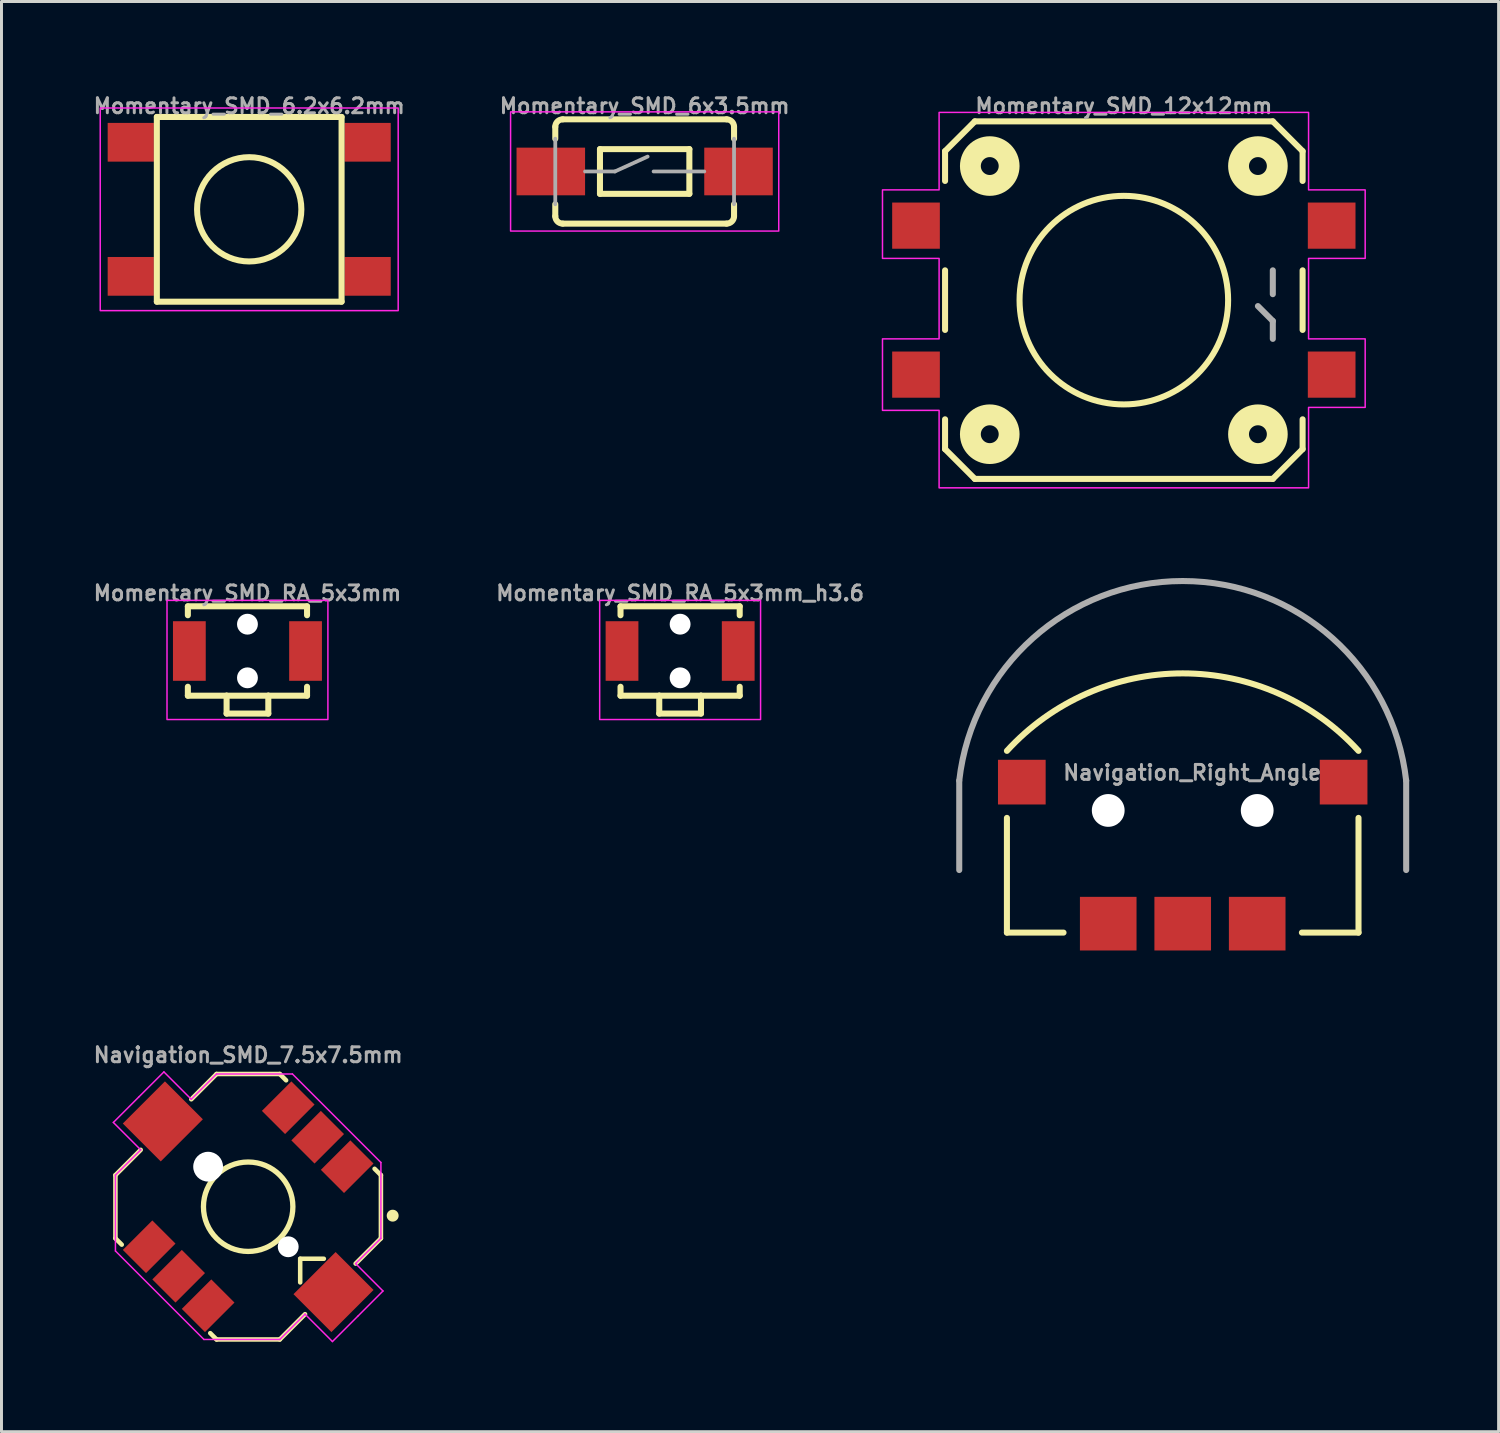
<source format=kicad_pcb>
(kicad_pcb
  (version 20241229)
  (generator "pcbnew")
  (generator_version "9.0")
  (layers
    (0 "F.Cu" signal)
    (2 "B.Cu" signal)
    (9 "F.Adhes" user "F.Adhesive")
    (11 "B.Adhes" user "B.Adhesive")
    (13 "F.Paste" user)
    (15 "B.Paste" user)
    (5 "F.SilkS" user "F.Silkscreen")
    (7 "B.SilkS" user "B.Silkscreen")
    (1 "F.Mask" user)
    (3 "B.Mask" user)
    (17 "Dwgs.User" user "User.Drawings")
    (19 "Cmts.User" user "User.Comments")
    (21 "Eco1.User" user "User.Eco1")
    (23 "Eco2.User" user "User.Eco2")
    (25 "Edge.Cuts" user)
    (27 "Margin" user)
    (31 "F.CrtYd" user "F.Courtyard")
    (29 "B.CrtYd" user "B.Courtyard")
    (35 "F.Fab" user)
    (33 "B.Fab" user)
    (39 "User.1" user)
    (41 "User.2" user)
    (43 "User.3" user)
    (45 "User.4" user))
  (footprint "Momentary_SMD_RA_5x3mm"
    (layer "F.Cu")
    (at 5.255 18.799)
    (property "Reference" "Momentary_SMD_RA_5x3mm" (at 0 -1.651 0) (layer "F.Fab") (effects (font (size 0.5 0.5) (thickness 0.1) (bold yes)) (justify bottom)))
    (fp_line (start -2 -1.5) (end 2 -1.5) (stroke (width 0.203) (type solid)) (layer "F.SilkS"))
    (fp_line (start -2 -1.2) (end -2 -1.5) (stroke (width 0.203) (type solid)) (layer "F.SilkS"))
    (fp_line (start -2 1.2) (end -2 1.5) (stroke (width 0.203) (type solid)) (layer "F.SilkS"))
    (fp_line (start -2 1.5) (end -0.7 1.5) (stroke (width 0.203) (type solid)) (layer "F.SilkS"))
    (fp_line (start -0.7 1.5) (end 0.7 1.5) (stroke (width 0.203) (type solid)) (layer "F.SilkS"))
    (fp_line (start -0.7 2.1) (end -0.7 1.5) (stroke (width 0.203) (type solid)) (layer "F.SilkS"))
    (fp_line (start -0.7 2.1) (end 0.7 2.1) (stroke (width 0.203) (type solid)) (layer "F.SilkS"))
    (fp_line (start 0.7 1.5) (end 2 1.5) (stroke (width 0.203) (type solid)) (layer "F.SilkS"))
    (fp_line (start 0.7 2.1) (end 0.7 1.5) (stroke (width 0.203) (type solid)) (layer "F.SilkS"))
    (fp_line (start 2 -1.5) (end 2 -1.2) (stroke (width 0.203) (type solid)) (layer "F.SilkS"))
    (fp_line (start 2 1.5) (end 2 1.2) (stroke (width 0.203) (type solid)) (layer "F.SilkS"))
    (fp_rect (start 2.7 -1.7) (end -2.7 2.3) (stroke (width 0.05) (type default)) (fill no) (layer "F.CrtYd"))
    (pad "" np_thru_hole circle (at 0 -0.9) (size 0.7 0.7) (drill 0.7) (layers "*.Cu" "*.Mask"))
    (pad "" np_thru_hole circle (at 0 0.9) (size 0.7 0.7) (drill 0.7) (layers "*.Cu" "*.Mask"))
    (pad "1" smd rect (at -1.95 0 90) (size 2 1.1) (layers "F.Cu" "F.Mask" "F.Paste"))
    (pad "2" smd rect (at 1.95 0 90) (size 2 1.1) (layers "F.Cu" "F.Mask" "F.Paste")))
  (footprint "Momentary_SMD_12x12mm"
    (layer "F.Cu")
    (at 34.668 7.023)
    (property "Reference" "Momentary_SMD_12x12mm" (at 0 -6.223 0) (layer "F.Fab") (effects (font (size 0.5 0.5) (thickness 0.1)) (justify bottom)))
    (fp_line (start -6 -4) (end -6 -5) (stroke (width 0.203) (type solid)) (layer "F.SilkS"))
    (fp_line (start -6 1) (end -6 -1) (stroke (width 0.203) (type solid)) (layer "F.SilkS"))
    (fp_line (start -6 5) (end -6 4) (stroke (width 0.203) (type solid)) (layer "F.SilkS"))
    (fp_line (start -6 5) (end -5 6) (stroke (width 0.203) (type solid)) (layer "F.SilkS"))
    (fp_line (start -5 -6) (end -6 -5) (stroke (width 0.203) (type solid)) (layer "F.SilkS"))
    (fp_line (start -5 -6) (end 5 -6) (stroke (width 0.203) (type solid)) (layer "F.SilkS"))
    (fp_line (start 5 6) (end -5 6) (stroke (width 0.203) (type solid)) (layer "F.SilkS"))
    (fp_line (start 6 -5) (end 5 -6) (stroke (width 0.203) (type solid)) (layer "F.SilkS"))
    (fp_line (start 6 -5) (end 6 -4) (stroke (width 0.203) (type solid)) (layer "F.SilkS"))
    (fp_line (start 6 -1) (end 6 1) (stroke (width 0.203) (type solid)) (layer "F.SilkS"))
    (fp_line (start 6 4) (end 6 5) (stroke (width 0.203) (type solid)) (layer "F.SilkS"))
    (fp_line (start 6 5) (end 5 6) (stroke (width 0.203) (type solid)) (layer "F.SilkS"))
    (fp_circle (center -4.5 -4.5) (end -4.2 -4.5) (stroke (width 0.7) (type solid)) (fill no) (layer "F.SilkS"))
    (fp_circle (center -4.5 4.5) (end -4.2 4.5) (stroke (width 0.7) (type solid)) (fill no) (layer "F.SilkS"))
    (fp_circle (center 0 0) (end 3.5 0) (stroke (width 0.203) (type solid)) (fill no) (layer "F.SilkS"))
    (fp_circle (center 4.5 -4.5) (end 4.8 -4.5) (stroke (width 0.7) (type solid)) (fill no) (layer "F.SilkS"))
    (fp_circle (center 4.5 4.5) (end 4.8 4.5) (stroke (width 0.7) (type solid)) (fill no) (layer "F.SilkS"))
    (fp_poly (pts (xy 6.2 -3.7) (xy 8.1 -3.7) (xy 8.1 -1.4) (xy 6.2 -1.4) (xy 6.2 1.3) (xy 8.1 1.3) (xy 8.1 3.6) (xy 6.2 3.6) (xy 6.2 6.3) (xy -6.2 6.3) (xy -6.2 3.7) (xy -8.1 3.7) (xy -8.1 1.3) (xy -6.2 1.3) (xy -6.2 -1.4) (xy -8.1 -1.4) (xy -8.1 -3.7) (xy -6.2 -3.7) (xy -6.2 -6.3) (xy 6.2 -6.3)) (stroke (width 0.05) (type solid)) (fill no) (layer "F.CrtYd"))
    (fp_line (start 5 -0.2) (end 5 -1) (stroke (width 0.203) (type solid)) (layer "F.Fab"))
    (fp_line (start 5 0.7) (end 4.5 0.2) (stroke (width 0.203) (type solid)) (layer "F.Fab"))
    (fp_line (start 5 1.3) (end 5 0.7) (stroke (width 0.203) (type solid)) (layer "F.Fab"))
    (pad "1" smd rect (at 6.975 2.5) (size 1.6 1.55) (layers "F.Cu" "F.Mask" "F.Paste"))
    (pad "2" smd rect (at -6.975 2.5) (size 1.6 1.55) (layers "F.Cu" "F.Mask" "F.Paste"))
    (pad "3" smd rect (at 6.975 -2.5) (size 1.6 1.55) (layers "F.Cu" "F.Mask" "F.Paste"))
    (pad "4" smd rect (at -6.975 -2.5) (size 1.6 1.55) (layers "F.Cu" "F.Mask" "F.Paste")))
  (footprint "Momentary_SMD_RA_5x3mm_h3.6"
    (layer "F.Cu")
    (at 19.776 18.799)
    (property "Reference" "Momentary_SMD_RA_5x3mm_h3.6" (at 0 -1.651 0) (layer "F.Fab") (effects (font (size 0.5 0.5) (thickness 0.1) (bold yes)) (justify bottom)))
    (fp_line (start -2 -1.5) (end 2 -1.5) (stroke (width 0.203) (type solid)) (layer "F.SilkS"))
    (fp_line (start -2 -1.2) (end -2 -1.5) (stroke (width 0.203) (type solid)) (layer "F.SilkS"))
    (fp_line (start -2 1.2) (end -2 1.5) (stroke (width 0.203) (type solid)) (layer "F.SilkS"))
    (fp_line (start -2 1.5) (end -0.7 1.5) (stroke (width 0.203) (type solid)) (layer "F.SilkS"))
    (fp_line (start -0.7 1.5) (end 0.7 1.5) (stroke (width 0.203) (type solid)) (layer "F.SilkS"))
    (fp_line (start -0.7 2.1) (end -0.7 1.5) (stroke (width 0.203) (type solid)) (layer "F.SilkS"))
    (fp_line (start -0.7 2.1) (end 0.7 2.1) (stroke (width 0.203) (type solid)) (layer "F.SilkS"))
    (fp_line (start 0.7 1.5) (end 2 1.5) (stroke (width 0.203) (type solid)) (layer "F.SilkS"))
    (fp_line (start 0.7 2.1) (end 0.7 1.5) (stroke (width 0.203) (type solid)) (layer "F.SilkS"))
    (fp_line (start 2 -1.5) (end 2 -1.2) (stroke (width 0.203) (type solid)) (layer "F.SilkS"))
    (fp_line (start 2 1.5) (end 2 1.2) (stroke (width 0.203) (type solid)) (layer "F.SilkS"))
    (fp_rect (start 2.7 -1.7) (end -2.7 2.3) (stroke (width 0.05) (type default)) (fill no) (layer "F.CrtYd"))
    (pad "" np_thru_hole circle (at 0 -0.9) (size 0.7 0.7) (drill 0.7) (layers "*.Cu" "*.Mask"))
    (pad "" np_thru_hole circle (at 0 0.9) (size 0.7 0.7) (drill 0.7) (layers "*.Cu" "*.Mask"))
    (pad "1" smd rect (at -1.95 0 90) (size 2 1.1) (layers "F.Cu" "F.Mask" "F.Paste"))
    (pad "2" smd rect (at 1.95 0 90) (size 2 1.1) (layers "F.Cu" "F.Mask" "F.Paste")))
  (footprint "Navigation_Right_Angle"
    (layer "F.Cu")
    (at 36.644 24.15)
    (property "Reference" "Navigation_Right_Angle" (at 0.318 -1.27 0) (unlocked yes) (layer "F.Fab") (effects (font (size 0.5 0.5) (thickness 0.1))))
    (fp_line (start -5.9 4.1) (end -5.9 0.25) (stroke (width 0.203) (type solid)) (layer "F.SilkS"))
    (fp_line (start -5.9 4.1) (end -4 4.1) (stroke (width 0.203) (type solid)) (layer "F.SilkS"))
    (fp_line (start 5.9 4.1) (end 4 4.1) (stroke (width 0.203) (type solid)) (layer "F.SilkS"))
    (fp_line (start 5.9 4.1) (end 5.9 0.25) (stroke (width 0.203) (type solid)) (layer "F.SilkS"))
    (fp_arc (start -5.9 -2) (mid 0 -4.60001) (end 5.9 -2) (stroke (width 0.2032) (type solid)) (layer "F.SilkS"))
    (fp_line (start -7.5 2) (end -7.5 -1) (stroke (width 0.203) (type solid)) (layer "F.Fab"))
    (fp_line (start 7.5 2) (end 7.5 -1) (stroke (width 0.203) (type solid)) (layer "F.Fab"))
    (fp_arc (start -7.5 -1) (mid 0.000001 -7.699965) (end 7.5 -0.999998) (stroke (width 0.2032) (type solid)) (layer "F.Fab"))
    (pad "" np_thru_hole circle (at -2.5 0) (size 1.1 1.1) (drill 1.1) (layers "*.Cu" "*.Mask"))
    (pad "" np_thru_hole circle (at 2.5 0) (size 1.1 1.1) (drill 1.1) (layers "*.Cu" "*.Mask"))
    (pad "1" smd rect (at -2.5 3.8) (size 1.9 1.8) (layers "F.Cu" "F.Mask" "F.Paste"))
    (pad "2" smd rect (at 2.5 3.8) (size 1.9 1.8) (layers "F.Cu" "F.Mask" "F.Paste"))
    (pad "GND" smd rect (at 5.4 -0.95) (size 1.6 1.5) (layers "F.Cu" "F.Mask" "F.Paste"))
    (pad "MP1" smd rect (at -5.4 -0.95) (size 1.6 1.5) (layers "F.Cu" "F.Mask" "F.Paste"))
    (pad "T" smd rect (at 0 3.8) (size 1.9 1.8) (layers "F.Cu" "F.Mask" "F.Paste")))
  (footprint "Momentary_SMD_6x3.5mm"
    (layer "F.Cu")
    (at 18.586 2.705)
    (property "Reference" "Momentary_SMD_6x3.5mm" (at 0 -1.905 0) (layer "F.Fab") (effects (font (size 0.5 0.5) (thickness 0.1)) (justify bottom)))
    (fp_line (start -3 -1.1) (end -3 -1.5) (stroke (width 0.203) (type solid)) (layer "F.SilkS"))
    (fp_line (start -3 1.5) (end -3 1.1) (stroke (width 0.203) (type solid)) (layer "F.SilkS"))
    (fp_line (start -2.75 -1.75) (end 2.75 -1.75) (stroke (width 0.203) (type solid)) (layer "F.SilkS"))
    (fp_line (start -1.5 -0.75) (end 1.5 -0.75) (stroke (width 0.203) (type solid)) (layer "F.SilkS"))
    (fp_line (start -1.5 0.75) (end -1.5 -0.75) (stroke (width 0.203) (type solid)) (layer "F.SilkS"))
    (fp_line (start 1.5 0.75) (end -1.5 0.75) (stroke (width 0.203) (type solid)) (layer "F.SilkS"))
    (fp_line (start 1.5 0.75) (end 1.5 -0.75) (stroke (width 0.203) (type solid)) (layer "F.SilkS"))
    (fp_line (start 2.75 1.75) (end -2.75 1.75) (stroke (width 0.203) (type solid)) (layer "F.SilkS"))
    (fp_line (start 3 -1.1) (end 3 -1.5) (stroke (width 0.203) (type solid)) (layer "F.SilkS"))
    (fp_line (start 3 1.5) (end 3 1.1) (stroke (width 0.203) (type solid)) (layer "F.SilkS"))
    (fp_arc (start -3 -1.5) (mid -2.926777 -1.676777) (end -2.75 -1.75) (stroke (width 0.2032) (type solid)) (layer "F.SilkS"))
    (fp_arc (start -2.75 1.75) (mid -2.926777 1.676777) (end -3 1.5) (stroke (width 0.2032) (type solid)) (layer "F.SilkS"))
    (fp_arc (start 2.75 -1.75) (mid 2.926777 -1.676777) (end 3 -1.5) (stroke (width 0.2032) (type solid)) (layer "F.SilkS"))
    (fp_arc (start 3 1.5) (mid 2.926777 1.676777) (end 2.75 1.75) (stroke (width 0.2032) (type solid)) (layer "F.SilkS"))
    (fp_rect (start 4.5 -2) (end -4.5 2) (stroke (width 0.05) (type default)) (fill no) (layer "F.CrtYd"))
    (fp_line (start -3 -1.1) (end -3 1.1) (stroke (width 0.127) (type solid)) (layer "F.Fab"))
    (fp_line (start -2 0) (end -1 0) (stroke (width 0.127) (type solid)) (layer "F.Fab"))
    (fp_line (start -1 0) (end 0.1 -0.5) (stroke (width 0.127) (type solid)) (layer "F.Fab"))
    (fp_line (start 0.3 0) (end 2 0) (stroke (width 0.127) (type solid)) (layer "F.Fab"))
    (fp_line (start 3 -1.1) (end 3 1.1) (stroke (width 0.127) (type solid)) (layer "F.Fab"))
    (pad "1" smd rect (at -3.15 0 180) (size 2.3 1.6) (layers "F.Cu" "F.Mask" "F.Paste"))
    (pad "2" smd rect (at 3.15 0 180) (size 2.3 1.6) (layers "F.Cu" "F.Mask" "F.Paste")))
  (footprint "Navigation_SMD_7.5x7.5mm"
    (layer "F.Cu")
    (at 5.279 37.45)
    (property "Reference" "Navigation_SMD_7.5x7.5mm" (at 0 -4.8 180) (layer "F.Fab") (effects (font (size 0.5 0.5) (thickness 0.1)) (justify bottom)))
    (attr smd)
    (fp_line (start -4.455 -1.061) (end -4.455 1.061) (stroke (width 0.152) (type default)) (layer "F.SilkS"))
    (fp_line (start -4.455 1.061) (end -4.243 1.273) (stroke (width 0.152) (type default)) (layer "F.SilkS"))
    (fp_line (start -3.606 -1.909) (end -4.455 -1.061) (stroke (width 0.152) (type default)) (layer "F.SilkS"))
    (fp_line (start -1.909 -3.606) (end -1.061 -4.455) (stroke (width 0.152) (type default)) (layer "F.SilkS"))
    (fp_line (start -1.061 -4.455) (end 1.061 -4.455) (stroke (width 0.152) (type default)) (layer "F.SilkS"))
    (fp_line (start -1.061 4.455) (end -1.273 4.243) (stroke (width 0.152) (type default)) (layer "F.SilkS"))
    (fp_line (start 1.061 -4.455) (end 1.273 -4.243) (stroke (width 0.152) (type default)) (layer "F.SilkS"))
    (fp_line (start 1.061 4.455) (end -1.061 4.455) (stroke (width 0.152) (type default)) (layer "F.SilkS"))
    (fp_line (start 1.746 1.746) (end 2.54 1.746) (stroke (width 0.152) (type default)) (layer "F.SilkS"))
    (fp_line (start 1.746 2.54) (end 1.746 1.746) (stroke (width 0.152) (type default)) (layer "F.SilkS"))
    (fp_line (start 1.909 3.606) (end 1.061 4.455) (stroke (width 0.152) (type default)) (layer "F.SilkS"))
    (fp_line (start 3.606 1.909) (end 4.455 1.061) (stroke (width 0.152) (type default)) (layer "F.SilkS"))
    (fp_line (start 4.455 -1.061) (end 4.243 -1.273) (stroke (width 0.152) (type default)) (layer "F.SilkS"))
    (fp_line (start 4.455 1.061) (end 4.455 -1.061) (stroke (width 0.152) (type default)) (layer "F.SilkS"))
    (fp_circle (center 0 0) (end 1.061 -1.061) (stroke (width 0.178) (type default)) (fill no) (layer "F.SilkS"))
    (fp_circle (center 4.85 0.3) (end 4.85 0.4) (stroke (width 0.2) (type solid)) (fill yes) (layer "F.SilkS"))
    (fp_line (start -4.525 -2.828) (end -3.677 -3.677) (stroke (width 0.05) (type default)) (layer "F.CrtYd"))
    (fp_line (start -4.455 -1.061) (end -3.606 -1.909) (stroke (width 0.05) (type default)) (layer "F.CrtYd"))
    (fp_line (start -4.455 1.485) (end -4.455 -1.061) (stroke (width 0.05) (type default)) (layer "F.CrtYd"))
    (fp_line (start -3.606 -1.909) (end -4.525 -2.828) (stroke (width 0.05) (type default)) (layer "F.CrtYd"))
    (fp_line (start -2.828 -4.525) (end -3.677 -3.677) (stroke (width 0.05) (type default)) (layer "F.CrtYd"))
    (fp_line (start -1.909 -3.606) (end -2.828 -4.525) (stroke (width 0.05) (type default)) (layer "F.CrtYd"))
    (fp_line (start -1.909 -3.606) (end -1.061 -4.455) (stroke (width 0.05) (type default)) (layer "F.CrtYd"))
    (fp_line (start -1.485 4.455) (end -4.455 1.485) (stroke (width 0.05) (type default)) (layer "F.CrtYd"))
    (fp_line (start -1.061 -4.455) (end 1.485 -4.455) (stroke (width 0.05) (type default)) (layer "F.CrtYd"))
    (fp_line (start 1.061 4.455) (end -1.485 4.455) (stroke (width 0.05) (type default)) (layer "F.CrtYd"))
    (fp_line (start 1.485 -4.455) (end 4.455 -1.485) (stroke (width 0.05) (type default)) (layer "F.CrtYd"))
    (fp_line (start 1.909 3.606) (end 1.061 4.455) (stroke (width 0.05) (type default)) (layer "F.CrtYd"))
    (fp_line (start 1.909 3.606) (end 2.828 4.525) (stroke (width 0.05) (type default)) (layer "F.CrtYd"))
    (fp_line (start 2.828 4.525) (end 3.677 3.677) (stroke (width 0.05) (type default)) (layer "F.CrtYd"))
    (fp_line (start 3.606 1.909) (end 4.525 2.828) (stroke (width 0.05) (type default)) (layer "F.CrtYd"))
    (fp_line (start 4.455 -1.485) (end 4.455 1.061) (stroke (width 0.05) (type default)) (layer "F.CrtYd"))
    (fp_line (start 4.455 1.061) (end 3.606 1.909) (stroke (width 0.05) (type default)) (layer "F.CrtYd"))
    (fp_line (start 4.525 2.828) (end 3.677 3.677) (stroke (width 0.05) (type default)) (layer "F.CrtYd"))
    (fp_line (start -4.3 -1) (end -1 -4.3) (stroke (width 0.1) (type default)) (layer "User.1"))
    (fp_line (start -4.3 1) (end -4.3 -1) (stroke (width 0.1) (type default)) (layer "User.1"))
    (fp_line (start -4.3 1) (end -1 4.3) (stroke (width 0.1) (type default)) (layer "User.1"))
    (fp_line (start -1 -4.3) (end 1 -4.3) (stroke (width 0.1) (type default)) (layer "User.1"))
    (fp_line (start -1 4.3) (end 1 4.3) (stroke (width 0.1) (type default)) (layer "User.1"))
    (fp_line (start -0.95 0.7) (end -0.95 -0.7) (stroke (width 0.1) (type default)) (layer "User.1"))
    (fp_line (start -0.7 -0.95) (end 0.7 -0.95) (stroke (width 0.1) (type default)) (layer "User.1"))
    (fp_line (start 0.7 0.95) (end -0.7 0.95) (stroke (width 0.1) (type default)) (layer "User.1"))
    (fp_line (start 0.95 -0.7) (end 0.95 0.7) (stroke (width 0.1) (type default)) (layer "User.1"))
    (fp_line (start 1 -4.3) (end 4.3 -1) (stroke (width 0.1) (type default)) (layer "User.1"))
    (fp_line (start 4.3 1) (end 1 4.3) (stroke (width 0.1) (type default)) (layer "User.1"))
    (fp_line (start 4.3 1) (end 4.3 -1) (stroke (width 0.1) (type default)) (layer "User.1"))
    (fp_arc (start -0.949999 -0.699999) (mid -0.865058 -0.865057) (end -0.7 -0.949999) (stroke (width 0.1) (type default)) (layer "User.1"))
    (fp_arc (start -0.699999 0.949999) (mid -0.865057 0.865058) (end -0.949999 0.7) (stroke (width 0.1) (type default)) (layer "User.1"))
    (fp_arc (start 0.7 -0.949999) (mid 0.865058 -0.865058) (end 0.95 -0.7) (stroke (width 0.1) (type default)) (layer "User.1"))
    (fp_arc (start 0.949999 0.699999) (mid 0.865058 0.865057) (end 0.7 0.949999) (stroke (width 0.1) (type default)) (layer "User.1"))
    (fp_circle (center 0 0) (end 1.061 -1.061) (stroke (width 0.05) (type default)) (fill no) (layer "User.1"))
    (pad "" np_thru_hole circle (at -1.344 -1.344 45) (size 1 1) (drill 1) (layers "*.Cu" "*.Mask"))
    (pad "" np_thru_hole circle (at 1.344 1.344 45) (size 0.7 0.7) (drill 0.7) (layers "*.Cu" "*.Mask"))
    (pad "1" smd rect (at 3.323 -1.344 45) (size 1.4 1.1) (layers "F.Cu" "F.Mask" "F.Paste"))
    (pad "2" smd rect (at 2.333 -2.333 45) (size 1.4 1.1) (layers "F.Cu" "F.Mask" "F.Paste"))
    (pad "3" smd rect (at 1.344 -3.323 45) (size 1.4 1.1) (layers "F.Cu" "F.Mask" "F.Paste"))
    (pad "4" smd rect (at -1.344 3.323 45) (size 1.4 1.1) (layers "F.Cu" "F.Mask" "F.Paste"))
    (pad "5" smd rect (at -2.333 2.333 45) (size 1.4 1.1) (layers "F.Cu" "F.Mask" "F.Paste"))
    (pad "6" smd rect (at -3.323 1.344 45) (size 1.4 1.1) (layers "F.Cu" "F.Mask" "F.Paste"))
    (pad "MP1" smd rect (at 2.864 2.864 45) (size 2 1.8) (layers "F.Cu" "F.Mask" "F.Paste"))
    (pad "MP2" smd rect (at -2.864 -2.864 45) (size 2 1.8) (layers "F.Cu" "F.Mask" "F.Paste")))
  (footprint "Momentary_SMD_6.2x6.2mm"
    (layer "F.Cu")
    (at 5.314 3.975)
    (property "Reference" "Momentary_SMD_6.2x6.2mm" (at 0 -3.175 0) (layer "F.Fab") (effects (font (size 0.5 0.5) (thickness 0.1)) (justify bottom)))
    (fp_line (start -3.1 -3.1) (end -3.1 3.1) (stroke (width 0.203) (type solid)) (layer "F.SilkS"))
    (fp_line (start -3.1 3.1) (end 3.1 3.1) (stroke (width 0.203) (type solid)) (layer "F.SilkS"))
    (fp_line (start 3.1 -3.1) (end -3.1 -3.1) (stroke (width 0.203) (type solid)) (layer "F.SilkS"))
    (fp_line (start 3.1 3.1) (end 3.1 -3.1) (stroke (width 0.203) (type solid)) (layer "F.SilkS"))
    (fp_circle (center 0 0) (end 1.75 0) (stroke (width 0.203) (type solid)) (fill no) (layer "F.SilkS"))
    (fp_rect (start 5 -3.4) (end -5 3.4) (stroke (width 0.05) (type default)) (fill no) (layer "F.CrtYd"))
    (pad "A1" smd rect (at -3.975 2.25 90) (size 1.3 1.55) (layers "F.Cu" "F.Mask" "F.Paste"))
    (pad "A2" smd rect (at 3.975 2.25 90) (size 1.3 1.55) (layers "F.Cu" "F.Mask" "F.Paste"))
    (pad "B1" smd rect (at -3.975 -2.25 90) (size 1.3 1.55) (layers "F.Cu" "F.Mask" "F.Paste"))
    (pad "B2" smd rect (at 3.975 -2.25 90) (size 1.3 1.55) (layers "F.Cu" "F.Mask" "F.Paste")))
  (gr_rect
    (start -3 -3)
    (end 47.246 45)
    (stroke (width 0.1) (type default))
    (fill no)
    (layer "Edge.Cuts")))
</source>
